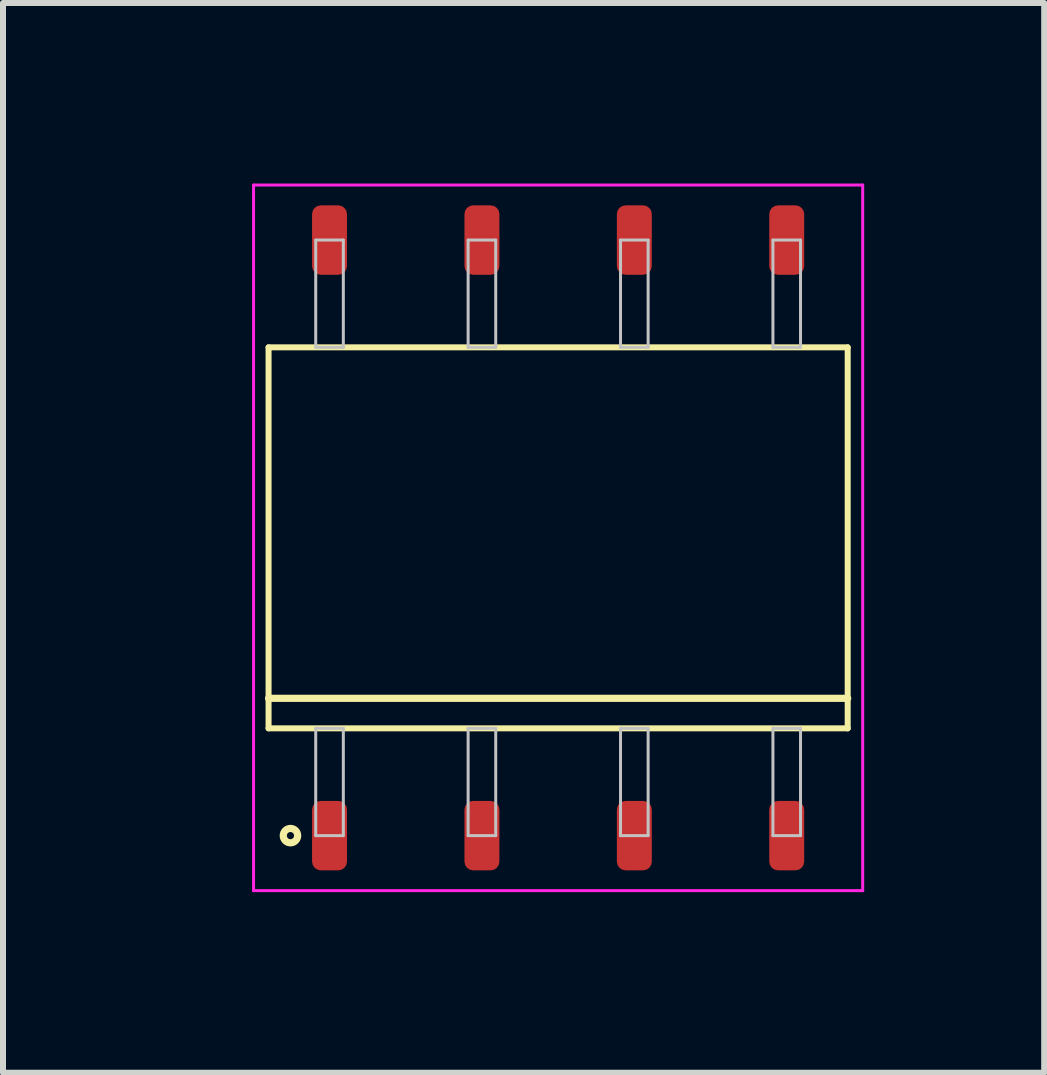
<source format=kicad_pcb>
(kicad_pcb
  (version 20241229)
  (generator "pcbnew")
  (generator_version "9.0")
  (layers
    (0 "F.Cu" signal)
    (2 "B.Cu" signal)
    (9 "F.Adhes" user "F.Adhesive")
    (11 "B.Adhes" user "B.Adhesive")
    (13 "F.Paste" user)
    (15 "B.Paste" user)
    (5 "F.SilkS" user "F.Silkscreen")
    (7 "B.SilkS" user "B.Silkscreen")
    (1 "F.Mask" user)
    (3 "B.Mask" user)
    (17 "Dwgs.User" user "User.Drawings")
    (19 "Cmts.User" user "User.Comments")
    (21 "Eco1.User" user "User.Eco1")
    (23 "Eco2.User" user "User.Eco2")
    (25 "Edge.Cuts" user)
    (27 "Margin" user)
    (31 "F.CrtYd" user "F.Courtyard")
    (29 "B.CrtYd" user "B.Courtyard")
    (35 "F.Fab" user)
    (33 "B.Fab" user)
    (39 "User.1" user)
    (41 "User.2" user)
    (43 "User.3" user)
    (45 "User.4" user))
  (footprint "SOP254P965x993-8"
    (layer "F.Cu")
    (at 6.252 5.914)
    (property "Reference" "SOP254P965x993-8" (at -5.638 0 90) (layer "User.1") (effects (font (size 0.75 0.75) (thickness 0.1))))
    (attr through_hole)
    (fp_line (start -4.826 -3.175) (end -4.826 3.175) (stroke (width 0.1) (type solid)) (layer "F.SilkS"))
    (fp_line (start -4.826 2.675) (end 4.826 2.675) (stroke (width 0.12) (type solid)) (layer "F.SilkS"))
    (fp_line (start -4.826 3.175) (end 4.826 3.175) (stroke (width 0.1) (type solid)) (layer "F.SilkS"))
    (fp_line (start 4.826 -3.175) (end -4.826 -3.175) (stroke (width 0.1) (type solid)) (layer "F.SilkS"))
    (fp_line (start 4.826 3.175) (end 4.826 -3.175) (stroke (width 0.1) (type solid)) (layer "F.SilkS"))
    (fp_circle (center -4.461 4.963) (end -4.341 4.963) (stroke (width 0.12) (type solid)) (fill no) (layer "F.SilkS"))
    (fp_line (start -4.04 -4.963) (end -4.04 -3.175) (stroke (width 0.05) (type solid)) (layer "Dwgs.User"))
    (fp_line (start -4.04 -3.175) (end -3.58 -3.175) (stroke (width 0.05) (type solid)) (layer "Dwgs.User"))
    (fp_line (start -4.04 3.175) (end -3.58 3.175) (stroke (width 0.05) (type solid)) (layer "Dwgs.User"))
    (fp_line (start -4.04 4.963) (end -4.04 3.175) (stroke (width 0.05) (type solid)) (layer "Dwgs.User"))
    (fp_line (start -3.58 -4.963) (end -4.04 -4.963) (stroke (width 0.05) (type solid)) (layer "Dwgs.User"))
    (fp_line (start -3.58 -3.175) (end -3.58 -4.963) (stroke (width 0.05) (type solid)) (layer "Dwgs.User"))
    (fp_line (start -3.58 3.175) (end -3.58 4.963) (stroke (width 0.05) (type solid)) (layer "Dwgs.User"))
    (fp_line (start -3.58 4.963) (end -4.04 4.963) (stroke (width 0.05) (type solid)) (layer "Dwgs.User"))
    (fp_line (start -1.5 -4.963) (end -1.5 -3.175) (stroke (width 0.05) (type solid)) (layer "Dwgs.User"))
    (fp_line (start -1.5 -3.175) (end -1.04 -3.175) (stroke (width 0.05) (type solid)) (layer "Dwgs.User"))
    (fp_line (start -1.5 3.175) (end -1.04 3.175) (stroke (width 0.05) (type solid)) (layer "Dwgs.User"))
    (fp_line (start -1.5 4.963) (end -1.5 3.175) (stroke (width 0.05) (type solid)) (layer "Dwgs.User"))
    (fp_line (start -1.04 -4.963) (end -1.5 -4.963) (stroke (width 0.05) (type solid)) (layer "Dwgs.User"))
    (fp_line (start -1.04 -3.175) (end -1.04 -4.963) (stroke (width 0.05) (type solid)) (layer "Dwgs.User"))
    (fp_line (start -1.04 3.175) (end -1.04 4.963) (stroke (width 0.05) (type solid)) (layer "Dwgs.User"))
    (fp_line (start -1.04 4.963) (end -1.5 4.963) (stroke (width 0.05) (type solid)) (layer "Dwgs.User"))
    (fp_line (start 1.04 -4.963) (end 1.04 -3.175) (stroke (width 0.05) (type solid)) (layer "Dwgs.User"))
    (fp_line (start 1.04 -3.175) (end 1.5 -3.175) (stroke (width 0.05) (type solid)) (layer "Dwgs.User"))
    (fp_line (start 1.04 3.175) (end 1.5 3.175) (stroke (width 0.05) (type solid)) (layer "Dwgs.User"))
    (fp_line (start 1.04 4.963) (end 1.04 3.175) (stroke (width 0.05) (type solid)) (layer "Dwgs.User"))
    (fp_line (start 1.5 -4.963) (end 1.04 -4.963) (stroke (width 0.05) (type solid)) (layer "Dwgs.User"))
    (fp_line (start 1.5 -3.175) (end 1.5 -4.963) (stroke (width 0.05) (type solid)) (layer "Dwgs.User"))
    (fp_line (start 1.5 3.175) (end 1.5 4.963) (stroke (width 0.05) (type solid)) (layer "Dwgs.User"))
    (fp_line (start 1.5 4.963) (end 1.04 4.963) (stroke (width 0.05) (type solid)) (layer "Dwgs.User"))
    (fp_line (start 3.58 -4.963) (end 3.58 -3.175) (stroke (width 0.05) (type solid)) (layer "Dwgs.User"))
    (fp_line (start 3.58 -3.175) (end 4.04 -3.175) (stroke (width 0.05) (type solid)) (layer "Dwgs.User"))
    (fp_line (start 3.58 3.175) (end 4.04 3.175) (stroke (width 0.05) (type solid)) (layer "Dwgs.User"))
    (fp_line (start 3.58 4.963) (end 3.58 3.175) (stroke (width 0.05) (type solid)) (layer "Dwgs.User"))
    (fp_line (start 4.04 -4.963) (end 3.58 -4.963) (stroke (width 0.05) (type solid)) (layer "Dwgs.User"))
    (fp_line (start 4.04 -3.175) (end 4.04 -4.963) (stroke (width 0.05) (type solid)) (layer "Dwgs.User"))
    (fp_line (start 4.04 3.175) (end 4.04 4.963) (stroke (width 0.05) (type solid)) (layer "Dwgs.User"))
    (fp_line (start 4.04 4.963) (end 3.58 4.963) (stroke (width 0.05) (type solid)) (layer "Dwgs.User"))
    (fp_line (start -5.076 -5.88) (end -5.076 5.88) (stroke (width 0.05) (type solid)) (layer "F.CrtYd"))
    (fp_line (start -5.076 5.88) (end 5.076 5.88) (stroke (width 0.05) (type solid)) (layer "F.CrtYd"))
    (fp_line (start 5.076 -5.88) (end -5.076 -5.88) (stroke (width 0.05) (type solid)) (layer "F.CrtYd"))
    (fp_line (start 5.076 5.88) (end 5.076 -5.88) (stroke (width 0.05) (type solid)) (layer "F.CrtYd"))
    (pad "1" smd roundrect (at -3.81 4.963) (size 0.582 1.157) (layers "F.Cu" "F.Mask" "F.Paste") (roundrect_rratio 0.25))
    (pad "2" smd roundrect (at -1.27 4.963) (size 0.582 1.157) (layers "F.Cu" "F.Mask" "F.Paste") (roundrect_rratio 0.25))
    (pad "3" smd roundrect (at 1.27 4.963) (size 0.582 1.157) (layers "F.Cu" "F.Mask" "F.Paste") (roundrect_rratio 0.25))
    (pad "4" smd roundrect (at 3.81 4.963) (size 0.582 1.157) (layers "F.Cu" "F.Mask" "F.Paste") (roundrect_rratio 0.25))
    (pad "5" smd roundrect (at 3.81 -4.963) (size 0.582 1.157) (layers "F.Cu" "F.Mask" "F.Paste") (roundrect_rratio 0.25))
    (pad "6" smd roundrect (at 1.27 -4.963) (size 0.582 1.157) (layers "F.Cu" "F.Mask" "F.Paste") (roundrect_rratio 0.25))
    (pad "7" smd roundrect (at -1.27 -4.963) (size 0.582 1.157) (layers "F.Cu" "F.Mask" "F.Paste") (roundrect_rratio 0.25))
    (pad "8" smd roundrect (at -3.81 -4.963) (size 0.582 1.157) (layers "F.Cu" "F.Mask" "F.Paste") (roundrect_rratio 0.25)))
  (gr_rect
    (start -3 -3)
    (end 14.353 14.829)
    (stroke (width 0.1) (type default))
    (fill no)
    (layer "Edge.Cuts")))
</source>
